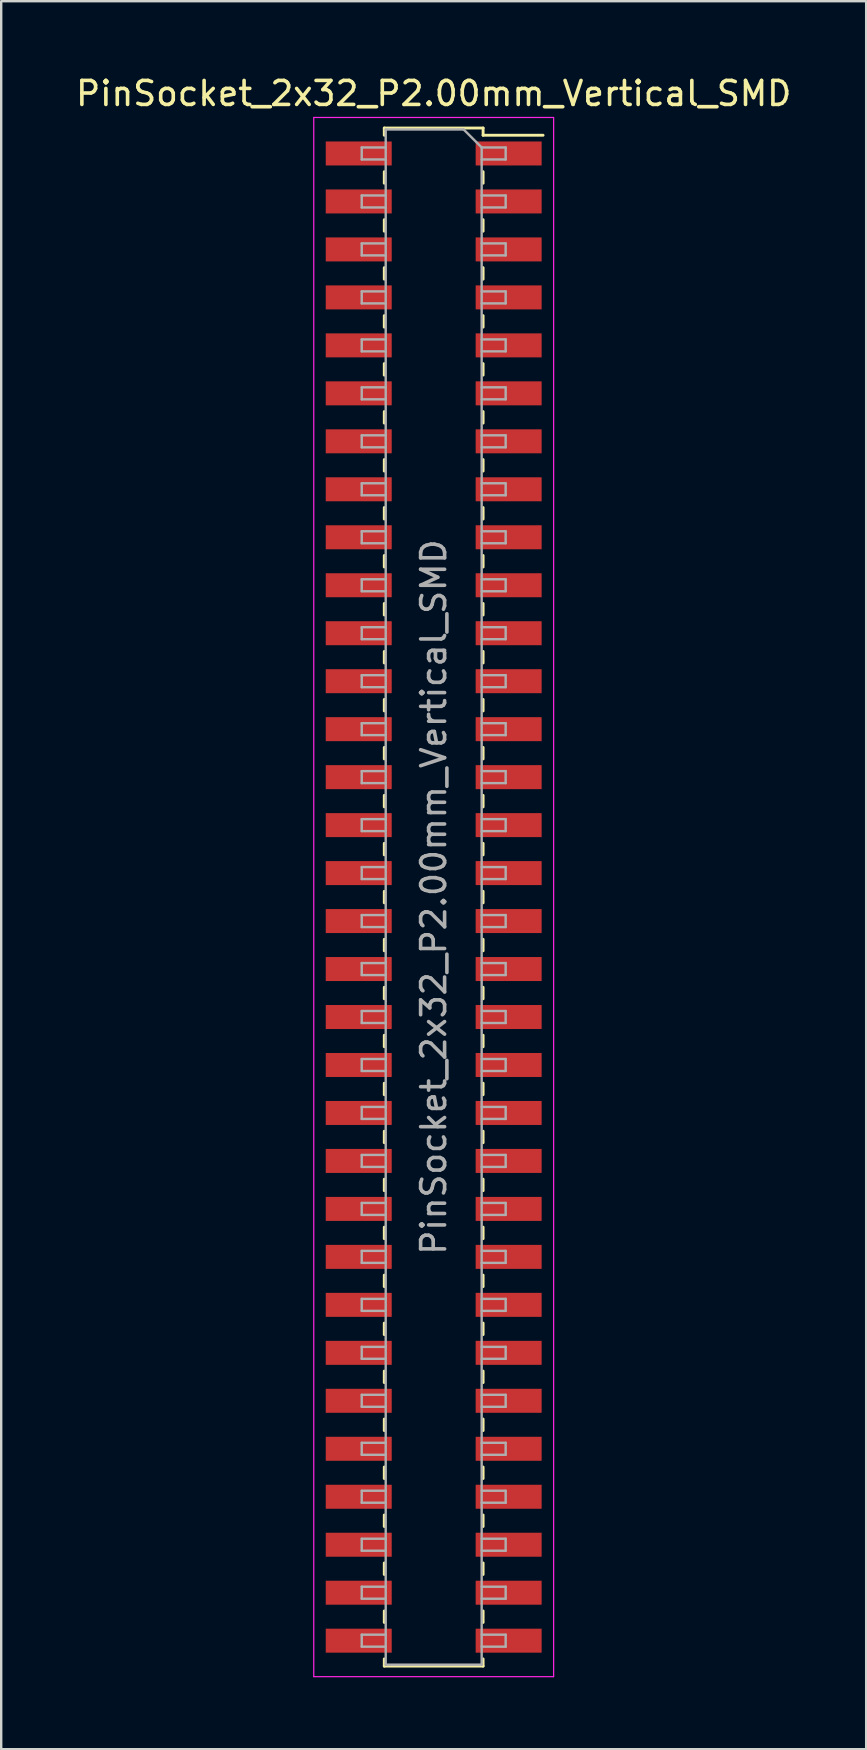
<source format=kicad_pcb>
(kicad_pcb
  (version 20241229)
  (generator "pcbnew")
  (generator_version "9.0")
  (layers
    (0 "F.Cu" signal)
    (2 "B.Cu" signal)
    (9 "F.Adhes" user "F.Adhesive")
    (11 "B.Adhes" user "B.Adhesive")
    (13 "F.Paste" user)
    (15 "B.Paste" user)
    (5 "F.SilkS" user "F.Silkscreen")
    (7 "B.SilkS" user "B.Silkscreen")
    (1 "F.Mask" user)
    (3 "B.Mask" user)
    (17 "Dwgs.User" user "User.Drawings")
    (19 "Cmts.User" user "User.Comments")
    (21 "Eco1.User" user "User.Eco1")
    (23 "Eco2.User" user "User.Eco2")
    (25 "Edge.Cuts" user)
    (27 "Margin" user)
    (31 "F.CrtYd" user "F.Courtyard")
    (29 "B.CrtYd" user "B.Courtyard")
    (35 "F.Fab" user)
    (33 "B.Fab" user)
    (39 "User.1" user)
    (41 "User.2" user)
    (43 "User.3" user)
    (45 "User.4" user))
  (footprint "PinSocket_2x32_P2.00mm_Vertical_SMD"
    (layer "F.Cu")
    (at 15.03 34.348)
    (property "Reference" "PinSocket_2x32_P2.00mm_Vertical_SMD" (at 0 -33.5 0) (layer "F.SilkS") (effects (font (size 1 1) (thickness 0.15))))
    (attr smd)
    (fp_line (start -2.06 -32.06) (end 2.06 -32.06) (stroke (width 0.12) (type solid)) (layer "F.SilkS"))
    (fp_line (start -2.06 -31.76) (end -2.06 -32.06) (stroke (width 0.12) (type solid)) (layer "F.SilkS"))
    (fp_line (start -2.06 -30.24) (end -2.06 -29.76) (stroke (width 0.12) (type solid)) (layer "F.SilkS"))
    (fp_line (start -2.06 -28.24) (end -2.06 -27.76) (stroke (width 0.12) (type solid)) (layer "F.SilkS"))
    (fp_line (start -2.06 -26.24) (end -2.06 -25.76) (stroke (width 0.12) (type solid)) (layer "F.SilkS"))
    (fp_line (start -2.06 -24.24) (end -2.06 -23.76) (stroke (width 0.12) (type solid)) (layer "F.SilkS"))
    (fp_line (start -2.06 -22.24) (end -2.06 -21.76) (stroke (width 0.12) (type solid)) (layer "F.SilkS"))
    (fp_line (start -2.06 -20.24) (end -2.06 -19.76) (stroke (width 0.12) (type solid)) (layer "F.SilkS"))
    (fp_line (start -2.06 -18.24) (end -2.06 -17.76) (stroke (width 0.12) (type solid)) (layer "F.SilkS"))
    (fp_line (start -2.06 -16.24) (end -2.06 -15.76) (stroke (width 0.12) (type solid)) (layer "F.SilkS"))
    (fp_line (start -2.06 -14.24) (end -2.06 -13.76) (stroke (width 0.12) (type solid)) (layer "F.SilkS"))
    (fp_line (start -2.06 -12.24) (end -2.06 -11.76) (stroke (width 0.12) (type solid)) (layer "F.SilkS"))
    (fp_line (start -2.06 -10.24) (end -2.06 -9.76) (stroke (width 0.12) (type solid)) (layer "F.SilkS"))
    (fp_line (start -2.06 -8.24) (end -2.06 -7.76) (stroke (width 0.12) (type solid)) (layer "F.SilkS"))
    (fp_line (start -2.06 -6.24) (end -2.06 -5.76) (stroke (width 0.12) (type solid)) (layer "F.SilkS"))
    (fp_line (start -2.06 -4.24) (end -2.06 -3.76) (stroke (width 0.12) (type solid)) (layer "F.SilkS"))
    (fp_line (start -2.06 -2.24) (end -2.06 -1.76) (stroke (width 0.12) (type solid)) (layer "F.SilkS"))
    (fp_line (start -2.06 -0.24) (end -2.06 0.24) (stroke (width 0.12) (type solid)) (layer "F.SilkS"))
    (fp_line (start -2.06 1.76) (end -2.06 2.24) (stroke (width 0.12) (type solid)) (layer "F.SilkS"))
    (fp_line (start -2.06 3.76) (end -2.06 4.24) (stroke (width 0.12) (type solid)) (layer "F.SilkS"))
    (fp_line (start -2.06 5.76) (end -2.06 6.24) (stroke (width 0.12) (type solid)) (layer "F.SilkS"))
    (fp_line (start -2.06 7.76) (end -2.06 8.24) (stroke (width 0.12) (type solid)) (layer "F.SilkS"))
    (fp_line (start -2.06 9.76) (end -2.06 10.24) (stroke (width 0.12) (type solid)) (layer "F.SilkS"))
    (fp_line (start -2.06 11.76) (end -2.06 12.24) (stroke (width 0.12) (type solid)) (layer "F.SilkS"))
    (fp_line (start -2.06 13.76) (end -2.06 14.24) (stroke (width 0.12) (type solid)) (layer "F.SilkS"))
    (fp_line (start -2.06 15.76) (end -2.06 16.24) (stroke (width 0.12) (type solid)) (layer "F.SilkS"))
    (fp_line (start -2.06 17.76) (end -2.06 18.24) (stroke (width 0.12) (type solid)) (layer "F.SilkS"))
    (fp_line (start -2.06 19.76) (end -2.06 20.24) (stroke (width 0.12) (type solid)) (layer "F.SilkS"))
    (fp_line (start -2.06 21.76) (end -2.06 22.24) (stroke (width 0.12) (type solid)) (layer "F.SilkS"))
    (fp_line (start -2.06 23.76) (end -2.06 24.24) (stroke (width 0.12) (type solid)) (layer "F.SilkS"))
    (fp_line (start -2.06 25.76) (end -2.06 26.24) (stroke (width 0.12) (type solid)) (layer "F.SilkS"))
    (fp_line (start -2.06 27.76) (end -2.06 28.24) (stroke (width 0.12) (type solid)) (layer "F.SilkS"))
    (fp_line (start -2.06 29.76) (end -2.06 30.24) (stroke (width 0.12) (type solid)) (layer "F.SilkS"))
    (fp_line (start -2.06 32.06) (end -2.06 31.76) (stroke (width 0.12) (type solid)) (layer "F.SilkS"))
    (fp_line (start 2.06 -32.06) (end 2.06 -31.76) (stroke (width 0.12) (type solid)) (layer "F.SilkS"))
    (fp_line (start 2.06 -31.76) (end 4.56 -31.76) (stroke (width 0.12) (type solid)) (layer "F.SilkS"))
    (fp_line (start 2.06 -29.76) (end 2.06 -30.24) (stroke (width 0.12) (type solid)) (layer "F.SilkS"))
    (fp_line (start 2.06 -27.76) (end 2.06 -28.24) (stroke (width 0.12) (type solid)) (layer "F.SilkS"))
    (fp_line (start 2.06 -25.76) (end 2.06 -26.24) (stroke (width 0.12) (type solid)) (layer "F.SilkS"))
    (fp_line (start 2.06 -23.76) (end 2.06 -24.24) (stroke (width 0.12) (type solid)) (layer "F.SilkS"))
    (fp_line (start 2.06 -21.76) (end 2.06 -22.24) (stroke (width 0.12) (type solid)) (layer "F.SilkS"))
    (fp_line (start 2.06 -19.76) (end 2.06 -20.24) (stroke (width 0.12) (type solid)) (layer "F.SilkS"))
    (fp_line (start 2.06 -17.76) (end 2.06 -18.24) (stroke (width 0.12) (type solid)) (layer "F.SilkS"))
    (fp_line (start 2.06 -15.76) (end 2.06 -16.24) (stroke (width 0.12) (type solid)) (layer "F.SilkS"))
    (fp_line (start 2.06 -13.76) (end 2.06 -14.24) (stroke (width 0.12) (type solid)) (layer "F.SilkS"))
    (fp_line (start 2.06 -11.76) (end 2.06 -12.24) (stroke (width 0.12) (type solid)) (layer "F.SilkS"))
    (fp_line (start 2.06 -9.76) (end 2.06 -10.24) (stroke (width 0.12) (type solid)) (layer "F.SilkS"))
    (fp_line (start 2.06 -7.76) (end 2.06 -8.24) (stroke (width 0.12) (type solid)) (layer "F.SilkS"))
    (fp_line (start 2.06 -5.76) (end 2.06 -6.24) (stroke (width 0.12) (type solid)) (layer "F.SilkS"))
    (fp_line (start 2.06 -3.76) (end 2.06 -4.24) (stroke (width 0.12) (type solid)) (layer "F.SilkS"))
    (fp_line (start 2.06 -1.76) (end 2.06 -2.24) (stroke (width 0.12) (type solid)) (layer "F.SilkS"))
    (fp_line (start 2.06 0.24) (end 2.06 -0.24) (stroke (width 0.12) (type solid)) (layer "F.SilkS"))
    (fp_line (start 2.06 2.24) (end 2.06 1.76) (stroke (width 0.12) (type solid)) (layer "F.SilkS"))
    (fp_line (start 2.06 4.24) (end 2.06 3.76) (stroke (width 0.12) (type solid)) (layer "F.SilkS"))
    (fp_line (start 2.06 6.24) (end 2.06 5.76) (stroke (width 0.12) (type solid)) (layer "F.SilkS"))
    (fp_line (start 2.06 8.24) (end 2.06 7.76) (stroke (width 0.12) (type solid)) (layer "F.SilkS"))
    (fp_line (start 2.06 10.24) (end 2.06 9.76) (stroke (width 0.12) (type solid)) (layer "F.SilkS"))
    (fp_line (start 2.06 12.24) (end 2.06 11.76) (stroke (width 0.12) (type solid)) (layer "F.SilkS"))
    (fp_line (start 2.06 14.24) (end 2.06 13.76) (stroke (width 0.12) (type solid)) (layer "F.SilkS"))
    (fp_line (start 2.06 16.24) (end 2.06 15.76) (stroke (width 0.12) (type solid)) (layer "F.SilkS"))
    (fp_line (start 2.06 18.24) (end 2.06 17.76) (stroke (width 0.12) (type solid)) (layer "F.SilkS"))
    (fp_line (start 2.06 20.24) (end 2.06 19.76) (stroke (width 0.12) (type solid)) (layer "F.SilkS"))
    (fp_line (start 2.06 22.24) (end 2.06 21.76) (stroke (width 0.12) (type solid)) (layer "F.SilkS"))
    (fp_line (start 2.06 24.24) (end 2.06 23.76) (stroke (width 0.12) (type solid)) (layer "F.SilkS"))
    (fp_line (start 2.06 26.24) (end 2.06 25.76) (stroke (width 0.12) (type solid)) (layer "F.SilkS"))
    (fp_line (start 2.06 28.24) (end 2.06 27.76) (stroke (width 0.12) (type solid)) (layer "F.SilkS"))
    (fp_line (start 2.06 30.24) (end 2.06 29.76) (stroke (width 0.12) (type solid)) (layer "F.SilkS"))
    (fp_line (start 2.06 31.76) (end 2.06 32.06) (stroke (width 0.12) (type solid)) (layer "F.SilkS"))
    (fp_line (start 2.06 32.06) (end -2.06 32.06) (stroke (width 0.12) (type solid)) (layer "F.SilkS"))
    (fp_line (start -5 -32.5) (end 5 -32.5) (stroke (width 0.05) (type solid)) (layer "F.CrtYd"))
    (fp_line (start -5 32.5) (end -5 -32.5) (stroke (width 0.05) (type solid)) (layer "F.CrtYd"))
    (fp_line (start 5 -32.5) (end 5 32.5) (stroke (width 0.05) (type solid)) (layer "F.CrtYd"))
    (fp_line (start 5 32.5) (end -5 32.5) (stroke (width 0.05) (type solid)) (layer "F.CrtYd"))
    (fp_line (start -3 -31.25) (end -2 -31.25) (stroke (width 0.1) (type solid)) (layer "F.Fab"))
    (fp_line (start -3 -30.75) (end -3 -31.25) (stroke (width 0.1) (type solid)) (layer "F.Fab"))
    (fp_line (start -3 -29.25) (end -2 -29.25) (stroke (width 0.1) (type solid)) (layer "F.Fab"))
    (fp_line (start -3 -28.75) (end -3 -29.25) (stroke (width 0.1) (type solid)) (layer "F.Fab"))
    (fp_line (start -3 -27.25) (end -2 -27.25) (stroke (width 0.1) (type solid)) (layer "F.Fab"))
    (fp_line (start -3 -26.75) (end -3 -27.25) (stroke (width 0.1) (type solid)) (layer "F.Fab"))
    (fp_line (start -3 -25.25) (end -2 -25.25) (stroke (width 0.1) (type solid)) (layer "F.Fab"))
    (fp_line (start -3 -24.75) (end -3 -25.25) (stroke (width 0.1) (type solid)) (layer "F.Fab"))
    (fp_line (start -3 -23.25) (end -2 -23.25) (stroke (width 0.1) (type solid)) (layer "F.Fab"))
    (fp_line (start -3 -22.75) (end -3 -23.25) (stroke (width 0.1) (type solid)) (layer "F.Fab"))
    (fp_line (start -3 -21.25) (end -2 -21.25) (stroke (width 0.1) (type solid)) (layer "F.Fab"))
    (fp_line (start -3 -20.75) (end -3 -21.25) (stroke (width 0.1) (type solid)) (layer "F.Fab"))
    (fp_line (start -3 -19.25) (end -2 -19.25) (stroke (width 0.1) (type solid)) (layer "F.Fab"))
    (fp_line (start -3 -18.75) (end -3 -19.25) (stroke (width 0.1) (type solid)) (layer "F.Fab"))
    (fp_line (start -3 -17.25) (end -2 -17.25) (stroke (width 0.1) (type solid)) (layer "F.Fab"))
    (fp_line (start -3 -16.75) (end -3 -17.25) (stroke (width 0.1) (type solid)) (layer "F.Fab"))
    (fp_line (start -3 -15.25) (end -2 -15.25) (stroke (width 0.1) (type solid)) (layer "F.Fab"))
    (fp_line (start -3 -14.75) (end -3 -15.25) (stroke (width 0.1) (type solid)) (layer "F.Fab"))
    (fp_line (start -3 -13.25) (end -2 -13.25) (stroke (width 0.1) (type solid)) (layer "F.Fab"))
    (fp_line (start -3 -12.75) (end -3 -13.25) (stroke (width 0.1) (type solid)) (layer "F.Fab"))
    (fp_line (start -3 -11.25) (end -2 -11.25) (stroke (width 0.1) (type solid)) (layer "F.Fab"))
    (fp_line (start -3 -10.75) (end -3 -11.25) (stroke (width 0.1) (type solid)) (layer "F.Fab"))
    (fp_line (start -3 -9.25) (end -2 -9.25) (stroke (width 0.1) (type solid)) (layer "F.Fab"))
    (fp_line (start -3 -8.75) (end -3 -9.25) (stroke (width 0.1) (type solid)) (layer "F.Fab"))
    (fp_line (start -3 -7.25) (end -2 -7.25) (stroke (width 0.1) (type solid)) (layer "F.Fab"))
    (fp_line (start -3 -6.75) (end -3 -7.25) (stroke (width 0.1) (type solid)) (layer "F.Fab"))
    (fp_line (start -3 -5.25) (end -2 -5.25) (stroke (width 0.1) (type solid)) (layer "F.Fab"))
    (fp_line (start -3 -4.75) (end -3 -5.25) (stroke (width 0.1) (type solid)) (layer "F.Fab"))
    (fp_line (start -3 -3.25) (end -2 -3.25) (stroke (width 0.1) (type solid)) (layer "F.Fab"))
    (fp_line (start -3 -2.75) (end -3 -3.25) (stroke (width 0.1) (type solid)) (layer "F.Fab"))
    (fp_line (start -3 -1.25) (end -2 -1.25) (stroke (width 0.1) (type solid)) (layer "F.Fab"))
    (fp_line (start -3 -0.75) (end -3 -1.25) (stroke (width 0.1) (type solid)) (layer "F.Fab"))
    (fp_line (start -3 0.75) (end -2 0.75) (stroke (width 0.1) (type solid)) (layer "F.Fab"))
    (fp_line (start -3 1.25) (end -3 0.75) (stroke (width 0.1) (type solid)) (layer "F.Fab"))
    (fp_line (start -3 2.75) (end -2 2.75) (stroke (width 0.1) (type solid)) (layer "F.Fab"))
    (fp_line (start -3 3.25) (end -3 2.75) (stroke (width 0.1) (type solid)) (layer "F.Fab"))
    (fp_line (start -3 4.75) (end -2 4.75) (stroke (width 0.1) (type solid)) (layer "F.Fab"))
    (fp_line (start -3 5.25) (end -3 4.75) (stroke (width 0.1) (type solid)) (layer "F.Fab"))
    (fp_line (start -3 6.75) (end -2 6.75) (stroke (width 0.1) (type solid)) (layer "F.Fab"))
    (fp_line (start -3 7.25) (end -3 6.75) (stroke (width 0.1) (type solid)) (layer "F.Fab"))
    (fp_line (start -3 8.75) (end -2 8.75) (stroke (width 0.1) (type solid)) (layer "F.Fab"))
    (fp_line (start -3 9.25) (end -3 8.75) (stroke (width 0.1) (type solid)) (layer "F.Fab"))
    (fp_line (start -3 10.75) (end -2 10.75) (stroke (width 0.1) (type solid)) (layer "F.Fab"))
    (fp_line (start -3 11.25) (end -3 10.75) (stroke (width 0.1) (type solid)) (layer "F.Fab"))
    (fp_line (start -3 12.75) (end -2 12.75) (stroke (width 0.1) (type solid)) (layer "F.Fab"))
    (fp_line (start -3 13.25) (end -3 12.75) (stroke (width 0.1) (type solid)) (layer "F.Fab"))
    (fp_line (start -3 14.75) (end -2 14.75) (stroke (width 0.1) (type solid)) (layer "F.Fab"))
    (fp_line (start -3 15.25) (end -3 14.75) (stroke (width 0.1) (type solid)) (layer "F.Fab"))
    (fp_line (start -3 16.75) (end -2 16.75) (stroke (width 0.1) (type solid)) (layer "F.Fab"))
    (fp_line (start -3 17.25) (end -3 16.75) (stroke (width 0.1) (type solid)) (layer "F.Fab"))
    (fp_line (start -3 18.75) (end -2 18.75) (stroke (width 0.1) (type solid)) (layer "F.Fab"))
    (fp_line (start -3 19.25) (end -3 18.75) (stroke (width 0.1) (type solid)) (layer "F.Fab"))
    (fp_line (start -3 20.75) (end -2 20.75) (stroke (width 0.1) (type solid)) (layer "F.Fab"))
    (fp_line (start -3 21.25) (end -3 20.75) (stroke (width 0.1) (type solid)) (layer "F.Fab"))
    (fp_line (start -3 22.75) (end -2 22.75) (stroke (width 0.1) (type solid)) (layer "F.Fab"))
    (fp_line (start -3 23.25) (end -3 22.75) (stroke (width 0.1) (type solid)) (layer "F.Fab"))
    (fp_line (start -3 24.75) (end -2 24.75) (stroke (width 0.1) (type solid)) (layer "F.Fab"))
    (fp_line (start -3 25.25) (end -3 24.75) (stroke (width 0.1) (type solid)) (layer "F.Fab"))
    (fp_line (start -3 26.75) (end -2 26.75) (stroke (width 0.1) (type solid)) (layer "F.Fab"))
    (fp_line (start -3 27.25) (end -3 26.75) (stroke (width 0.1) (type solid)) (layer "F.Fab"))
    (fp_line (start -3 28.75) (end -2 28.75) (stroke (width 0.1) (type solid)) (layer "F.Fab"))
    (fp_line (start -3 29.25) (end -3 28.75) (stroke (width 0.1) (type solid)) (layer "F.Fab"))
    (fp_line (start -3 30.75) (end -2 30.75) (stroke (width 0.1) (type solid)) (layer "F.Fab"))
    (fp_line (start -3 31.25) (end -3 30.75) (stroke (width 0.1) (type solid)) (layer "F.Fab"))
    (fp_line (start -2 -32) (end 1.25 -32) (stroke (width 0.1) (type solid)) (layer "F.Fab"))
    (fp_line (start -2 -30.75) (end -3 -30.75) (stroke (width 0.1) (type solid)) (layer "F.Fab"))
    (fp_line (start -2 -28.75) (end -3 -28.75) (stroke (width 0.1) (type solid)) (layer "F.Fab"))
    (fp_line (start -2 -26.75) (end -3 -26.75) (stroke (width 0.1) (type solid)) (layer "F.Fab"))
    (fp_line (start -2 -24.75) (end -3 -24.75) (stroke (width 0.1) (type solid)) (layer "F.Fab"))
    (fp_line (start -2 -22.75) (end -3 -22.75) (stroke (width 0.1) (type solid)) (layer "F.Fab"))
    (fp_line (start -2 -20.75) (end -3 -20.75) (stroke (width 0.1) (type solid)) (layer "F.Fab"))
    (fp_line (start -2 -18.75) (end -3 -18.75) (stroke (width 0.1) (type solid)) (layer "F.Fab"))
    (fp_line (start -2 -16.75) (end -3 -16.75) (stroke (width 0.1) (type solid)) (layer "F.Fab"))
    (fp_line (start -2 -14.75) (end -3 -14.75) (stroke (width 0.1) (type solid)) (layer "F.Fab"))
    (fp_line (start -2 -12.75) (end -3 -12.75) (stroke (width 0.1) (type solid)) (layer "F.Fab"))
    (fp_line (start -2 -10.75) (end -3 -10.75) (stroke (width 0.1) (type solid)) (layer "F.Fab"))
    (fp_line (start -2 -8.75) (end -3 -8.75) (stroke (width 0.1) (type solid)) (layer "F.Fab"))
    (fp_line (start -2 -6.75) (end -3 -6.75) (stroke (width 0.1) (type solid)) (layer "F.Fab"))
    (fp_line (start -2 -4.75) (end -3 -4.75) (stroke (width 0.1) (type solid)) (layer "F.Fab"))
    (fp_line (start -2 -2.75) (end -3 -2.75) (stroke (width 0.1) (type solid)) (layer "F.Fab"))
    (fp_line (start -2 -0.75) (end -3 -0.75) (stroke (width 0.1) (type solid)) (layer "F.Fab"))
    (fp_line (start -2 1.25) (end -3 1.25) (stroke (width 0.1) (type solid)) (layer "F.Fab"))
    (fp_line (start -2 3.25) (end -3 3.25) (stroke (width 0.1) (type solid)) (layer "F.Fab"))
    (fp_line (start -2 5.25) (end -3 5.25) (stroke (width 0.1) (type solid)) (layer "F.Fab"))
    (fp_line (start -2 7.25) (end -3 7.25) (stroke (width 0.1) (type solid)) (layer "F.Fab"))
    (fp_line (start -2 9.25) (end -3 9.25) (stroke (width 0.1) (type solid)) (layer "F.Fab"))
    (fp_line (start -2 11.25) (end -3 11.25) (stroke (width 0.1) (type solid)) (layer "F.Fab"))
    (fp_line (start -2 13.25) (end -3 13.25) (stroke (width 0.1) (type solid)) (layer "F.Fab"))
    (fp_line (start -2 15.25) (end -3 15.25) (stroke (width 0.1) (type solid)) (layer "F.Fab"))
    (fp_line (start -2 17.25) (end -3 17.25) (stroke (width 0.1) (type solid)) (layer "F.Fab"))
    (fp_line (start -2 19.25) (end -3 19.25) (stroke (width 0.1) (type solid)) (layer "F.Fab"))
    (fp_line (start -2 21.25) (end -3 21.25) (stroke (width 0.1) (type solid)) (layer "F.Fab"))
    (fp_line (start -2 23.25) (end -3 23.25) (stroke (width 0.1) (type solid)) (layer "F.Fab"))
    (fp_line (start -2 25.25) (end -3 25.25) (stroke (width 0.1) (type solid)) (layer "F.Fab"))
    (fp_line (start -2 27.25) (end -3 27.25) (stroke (width 0.1) (type solid)) (layer "F.Fab"))
    (fp_line (start -2 29.25) (end -3 29.25) (stroke (width 0.1) (type solid)) (layer "F.Fab"))
    (fp_line (start -2 31.25) (end -3 31.25) (stroke (width 0.1) (type solid)) (layer "F.Fab"))
    (fp_line (start -2 32) (end -2 -32) (stroke (width 0.1) (type solid)) (layer "F.Fab"))
    (fp_line (start 1.25 -32) (end 2 -31.25) (stroke (width 0.1) (type solid)) (layer "F.Fab"))
    (fp_line (start 2 -31.25) (end 2 32) (stroke (width 0.1) (type solid)) (layer "F.Fab"))
    (fp_line (start 2 -31.25) (end 3 -31.25) (stroke (width 0.1) (type solid)) (layer "F.Fab"))
    (fp_line (start 2 -29.25) (end 3 -29.25) (stroke (width 0.1) (type solid)) (layer "F.Fab"))
    (fp_line (start 2 -27.25) (end 3 -27.25) (stroke (width 0.1) (type solid)) (layer "F.Fab"))
    (fp_line (start 2 -25.25) (end 3 -25.25) (stroke (width 0.1) (type solid)) (layer "F.Fab"))
    (fp_line (start 2 -23.25) (end 3 -23.25) (stroke (width 0.1) (type solid)) (layer "F.Fab"))
    (fp_line (start 2 -21.25) (end 3 -21.25) (stroke (width 0.1) (type solid)) (layer "F.Fab"))
    (fp_line (start 2 -19.25) (end 3 -19.25) (stroke (width 0.1) (type solid)) (layer "F.Fab"))
    (fp_line (start 2 -17.25) (end 3 -17.25) (stroke (width 0.1) (type solid)) (layer "F.Fab"))
    (fp_line (start 2 -15.25) (end 3 -15.25) (stroke (width 0.1) (type solid)) (layer "F.Fab"))
    (fp_line (start 2 -13.25) (end 3 -13.25) (stroke (width 0.1) (type solid)) (layer "F.Fab"))
    (fp_line (start 2 -11.25) (end 3 -11.25) (stroke (width 0.1) (type solid)) (layer "F.Fab"))
    (fp_line (start 2 -9.25) (end 3 -9.25) (stroke (width 0.1) (type solid)) (layer "F.Fab"))
    (fp_line (start 2 -7.25) (end 3 -7.25) (stroke (width 0.1) (type solid)) (layer "F.Fab"))
    (fp_line (start 2 -5.25) (end 3 -5.25) (stroke (width 0.1) (type solid)) (layer "F.Fab"))
    (fp_line (start 2 -3.25) (end 3 -3.25) (stroke (width 0.1) (type solid)) (layer "F.Fab"))
    (fp_line (start 2 -1.25) (end 3 -1.25) (stroke (width 0.1) (type solid)) (layer "F.Fab"))
    (fp_line (start 2 0.75) (end 3 0.75) (stroke (width 0.1) (type solid)) (layer "F.Fab"))
    (fp_line (start 2 2.75) (end 3 2.75) (stroke (width 0.1) (type solid)) (layer "F.Fab"))
    (fp_line (start 2 4.75) (end 3 4.75) (stroke (width 0.1) (type solid)) (layer "F.Fab"))
    (fp_line (start 2 6.75) (end 3 6.75) (stroke (width 0.1) (type solid)) (layer "F.Fab"))
    (fp_line (start 2 8.75) (end 3 8.75) (stroke (width 0.1) (type solid)) (layer "F.Fab"))
    (fp_line (start 2 10.75) (end 3 10.75) (stroke (width 0.1) (type solid)) (layer "F.Fab"))
    (fp_line (start 2 12.75) (end 3 12.75) (stroke (width 0.1) (type solid)) (layer "F.Fab"))
    (fp_line (start 2 14.75) (end 3 14.75) (stroke (width 0.1) (type solid)) (layer "F.Fab"))
    (fp_line (start 2 16.75) (end 3 16.75) (stroke (width 0.1) (type solid)) (layer "F.Fab"))
    (fp_line (start 2 18.75) (end 3 18.75) (stroke (width 0.1) (type solid)) (layer "F.Fab"))
    (fp_line (start 2 20.75) (end 3 20.75) (stroke (width 0.1) (type solid)) (layer "F.Fab"))
    (fp_line (start 2 22.75) (end 3 22.75) (stroke (width 0.1) (type solid)) (layer "F.Fab"))
    (fp_line (start 2 24.75) (end 3 24.75) (stroke (width 0.1) (type solid)) (layer "F.Fab"))
    (fp_line (start 2 26.75) (end 3 26.75) (stroke (width 0.1) (type solid)) (layer "F.Fab"))
    (fp_line (start 2 28.75) (end 3 28.75) (stroke (width 0.1) (type solid)) (layer "F.Fab"))
    (fp_line (start 2 30.75) (end 3 30.75) (stroke (width 0.1) (type solid)) (layer "F.Fab"))
    (fp_line (start 2 32) (end -2 32) (stroke (width 0.1) (type solid)) (layer "F.Fab"))
    (fp_line (start 3 -31.25) (end 3 -30.75) (stroke (width 0.1) (type solid)) (layer "F.Fab"))
    (fp_line (start 3 -30.75) (end 2 -30.75) (stroke (width 0.1) (type solid)) (layer "F.Fab"))
    (fp_line (start 3 -29.25) (end 3 -28.75) (stroke (width 0.1) (type solid)) (layer "F.Fab"))
    (fp_line (start 3 -28.75) (end 2 -28.75) (stroke (width 0.1) (type solid)) (layer "F.Fab"))
    (fp_line (start 3 -27.25) (end 3 -26.75) (stroke (width 0.1) (type solid)) (layer "F.Fab"))
    (fp_line (start 3 -26.75) (end 2 -26.75) (stroke (width 0.1) (type solid)) (layer "F.Fab"))
    (fp_line (start 3 -25.25) (end 3 -24.75) (stroke (width 0.1) (type solid)) (layer "F.Fab"))
    (fp_line (start 3 -24.75) (end 2 -24.75) (stroke (width 0.1) (type solid)) (layer "F.Fab"))
    (fp_line (start 3 -23.25) (end 3 -22.75) (stroke (width 0.1) (type solid)) (layer "F.Fab"))
    (fp_line (start 3 -22.75) (end 2 -22.75) (stroke (width 0.1) (type solid)) (layer "F.Fab"))
    (fp_line (start 3 -21.25) (end 3 -20.75) (stroke (width 0.1) (type solid)) (layer "F.Fab"))
    (fp_line (start 3 -20.75) (end 2 -20.75) (stroke (width 0.1) (type solid)) (layer "F.Fab"))
    (fp_line (start 3 -19.25) (end 3 -18.75) (stroke (width 0.1) (type solid)) (layer "F.Fab"))
    (fp_line (start 3 -18.75) (end 2 -18.75) (stroke (width 0.1) (type solid)) (layer "F.Fab"))
    (fp_line (start 3 -17.25) (end 3 -16.75) (stroke (width 0.1) (type solid)) (layer "F.Fab"))
    (fp_line (start 3 -16.75) (end 2 -16.75) (stroke (width 0.1) (type solid)) (layer "F.Fab"))
    (fp_line (start 3 -15.25) (end 3 -14.75) (stroke (width 0.1) (type solid)) (layer "F.Fab"))
    (fp_line (start 3 -14.75) (end 2 -14.75) (stroke (width 0.1) (type solid)) (layer "F.Fab"))
    (fp_line (start 3 -13.25) (end 3 -12.75) (stroke (width 0.1) (type solid)) (layer "F.Fab"))
    (fp_line (start 3 -12.75) (end 2 -12.75) (stroke (width 0.1) (type solid)) (layer "F.Fab"))
    (fp_line (start 3 -11.25) (end 3 -10.75) (stroke (width 0.1) (type solid)) (layer "F.Fab"))
    (fp_line (start 3 -10.75) (end 2 -10.75) (stroke (width 0.1) (type solid)) (layer "F.Fab"))
    (fp_line (start 3 -9.25) (end 3 -8.75) (stroke (width 0.1) (type solid)) (layer "F.Fab"))
    (fp_line (start 3 -8.75) (end 2 -8.75) (stroke (width 0.1) (type solid)) (layer "F.Fab"))
    (fp_line (start 3 -7.25) (end 3 -6.75) (stroke (width 0.1) (type solid)) (layer "F.Fab"))
    (fp_line (start 3 -6.75) (end 2 -6.75) (stroke (width 0.1) (type solid)) (layer "F.Fab"))
    (fp_line (start 3 -5.25) (end 3 -4.75) (stroke (width 0.1) (type solid)) (layer "F.Fab"))
    (fp_line (start 3 -4.75) (end 2 -4.75) (stroke (width 0.1) (type solid)) (layer "F.Fab"))
    (fp_line (start 3 -3.25) (end 3 -2.75) (stroke (width 0.1) (type solid)) (layer "F.Fab"))
    (fp_line (start 3 -2.75) (end 2 -2.75) (stroke (width 0.1) (type solid)) (layer "F.Fab"))
    (fp_line (start 3 -1.25) (end 3 -0.75) (stroke (width 0.1) (type solid)) (layer "F.Fab"))
    (fp_line (start 3 -0.75) (end 2 -0.75) (stroke (width 0.1) (type solid)) (layer "F.Fab"))
    (fp_line (start 3 0.75) (end 3 1.25) (stroke (width 0.1) (type solid)) (layer "F.Fab"))
    (fp_line (start 3 1.25) (end 2 1.25) (stroke (width 0.1) (type solid)) (layer "F.Fab"))
    (fp_line (start 3 2.75) (end 3 3.25) (stroke (width 0.1) (type solid)) (layer "F.Fab"))
    (fp_line (start 3 3.25) (end 2 3.25) (stroke (width 0.1) (type solid)) (layer "F.Fab"))
    (fp_line (start 3 4.75) (end 3 5.25) (stroke (width 0.1) (type solid)) (layer "F.Fab"))
    (fp_line (start 3 5.25) (end 2 5.25) (stroke (width 0.1) (type solid)) (layer "F.Fab"))
    (fp_line (start 3 6.75) (end 3 7.25) (stroke (width 0.1) (type solid)) (layer "F.Fab"))
    (fp_line (start 3 7.25) (end 2 7.25) (stroke (width 0.1) (type solid)) (layer "F.Fab"))
    (fp_line (start 3 8.75) (end 3 9.25) (stroke (width 0.1) (type solid)) (layer "F.Fab"))
    (fp_line (start 3 9.25) (end 2 9.25) (stroke (width 0.1) (type solid)) (layer "F.Fab"))
    (fp_line (start 3 10.75) (end 3 11.25) (stroke (width 0.1) (type solid)) (layer "F.Fab"))
    (fp_line (start 3 11.25) (end 2 11.25) (stroke (width 0.1) (type solid)) (layer "F.Fab"))
    (fp_line (start 3 12.75) (end 3 13.25) (stroke (width 0.1) (type solid)) (layer "F.Fab"))
    (fp_line (start 3 13.25) (end 2 13.25) (stroke (width 0.1) (type solid)) (layer "F.Fab"))
    (fp_line (start 3 14.75) (end 3 15.25) (stroke (width 0.1) (type solid)) (layer "F.Fab"))
    (fp_line (start 3 15.25) (end 2 15.25) (stroke (width 0.1) (type solid)) (layer "F.Fab"))
    (fp_line (start 3 16.75) (end 3 17.25) (stroke (width 0.1) (type solid)) (layer "F.Fab"))
    (fp_line (start 3 17.25) (end 2 17.25) (stroke (width 0.1) (type solid)) (layer "F.Fab"))
    (fp_line (start 3 18.75) (end 3 19.25) (stroke (width 0.1) (type solid)) (layer "F.Fab"))
    (fp_line (start 3 19.25) (end 2 19.25) (stroke (width 0.1) (type solid)) (layer "F.Fab"))
    (fp_line (start 3 20.75) (end 3 21.25) (stroke (width 0.1) (type solid)) (layer "F.Fab"))
    (fp_line (start 3 21.25) (end 2 21.25) (stroke (width 0.1) (type solid)) (layer "F.Fab"))
    (fp_line (start 3 22.75) (end 3 23.25) (stroke (width 0.1) (type solid)) (layer "F.Fab"))
    (fp_line (start 3 23.25) (end 2 23.25) (stroke (width 0.1) (type solid)) (layer "F.Fab"))
    (fp_line (start 3 24.75) (end 3 25.25) (stroke (width 0.1) (type solid)) (layer "F.Fab"))
    (fp_line (start 3 25.25) (end 2 25.25) (stroke (width 0.1) (type solid)) (layer "F.Fab"))
    (fp_line (start 3 26.75) (end 3 27.25) (stroke (width 0.1) (type solid)) (layer "F.Fab"))
    (fp_line (start 3 27.25) (end 2 27.25) (stroke (width 0.1) (type solid)) (layer "F.Fab"))
    (fp_line (start 3 28.75) (end 3 29.25) (stroke (width 0.1) (type solid)) (layer "F.Fab"))
    (fp_line (start 3 29.25) (end 2 29.25) (stroke (width 0.1) (type solid)) (layer "F.Fab"))
    (fp_line (start 3 30.75) (end 3 31.25) (stroke (width 0.1) (type solid)) (layer "F.Fab"))
    (fp_line (start 3 31.25) (end 2 31.25) (stroke (width 0.1) (type solid)) (layer "F.Fab"))
    (fp_text user "${REFERENCE}" (at 0 0 90) (layer "F.Fab") (effects (font (size 1 1) (thickness 0.15))))
    (pad "1" smd rect (at 3.125 -31) (size 2.75 1) (layers "F.Cu" "F.Mask" "F.Paste"))
    (pad "2" smd rect (at -3.125 -31) (size 2.75 1) (layers "F.Cu" "F.Mask" "F.Paste"))
    (pad "3" smd rect (at 3.125 -29) (size 2.75 1) (layers "F.Cu" "F.Mask" "F.Paste"))
    (pad "4" smd rect (at -3.125 -29) (size 2.75 1) (layers "F.Cu" "F.Mask" "F.Paste"))
    (pad "5" smd rect (at 3.125 -27) (size 2.75 1) (layers "F.Cu" "F.Mask" "F.Paste"))
    (pad "6" smd rect (at -3.125 -27) (size 2.75 1) (layers "F.Cu" "F.Mask" "F.Paste"))
    (pad "7" smd rect (at 3.125 -25) (size 2.75 1) (layers "F.Cu" "F.Mask" "F.Paste"))
    (pad "8" smd rect (at -3.125 -25) (size 2.75 1) (layers "F.Cu" "F.Mask" "F.Paste"))
    (pad "9" smd rect (at 3.125 -23) (size 2.75 1) (layers "F.Cu" "F.Mask" "F.Paste"))
    (pad "10" smd rect (at -3.125 -23) (size 2.75 1) (layers "F.Cu" "F.Mask" "F.Paste"))
    (pad "11" smd rect (at 3.125 -21) (size 2.75 1) (layers "F.Cu" "F.Mask" "F.Paste"))
    (pad "12" smd rect (at -3.125 -21) (size 2.75 1) (layers "F.Cu" "F.Mask" "F.Paste"))
    (pad "13" smd rect (at 3.125 -19) (size 2.75 1) (layers "F.Cu" "F.Mask" "F.Paste"))
    (pad "14" smd rect (at -3.125 -19) (size 2.75 1) (layers "F.Cu" "F.Mask" "F.Paste"))
    (pad "15" smd rect (at 3.125 -17) (size 2.75 1) (layers "F.Cu" "F.Mask" "F.Paste"))
    (pad "16" smd rect (at -3.125 -17) (size 2.75 1) (layers "F.Cu" "F.Mask" "F.Paste"))
    (pad "17" smd rect (at 3.125 -15) (size 2.75 1) (layers "F.Cu" "F.Mask" "F.Paste"))
    (pad "18" smd rect (at -3.125 -15) (size 2.75 1) (layers "F.Cu" "F.Mask" "F.Paste"))
    (pad "19" smd rect (at 3.125 -13) (size 2.75 1) (layers "F.Cu" "F.Mask" "F.Paste"))
    (pad "20" smd rect (at -3.125 -13) (size 2.75 1) (layers "F.Cu" "F.Mask" "F.Paste"))
    (pad "21" smd rect (at 3.125 -11) (size 2.75 1) (layers "F.Cu" "F.Mask" "F.Paste"))
    (pad "22" smd rect (at -3.125 -11) (size 2.75 1) (layers "F.Cu" "F.Mask" "F.Paste"))
    (pad "23" smd rect (at 3.125 -9) (size 2.75 1) (layers "F.Cu" "F.Mask" "F.Paste"))
    (pad "24" smd rect (at -3.125 -9) (size 2.75 1) (layers "F.Cu" "F.Mask" "F.Paste"))
    (pad "25" smd rect (at 3.125 -7) (size 2.75 1) (layers "F.Cu" "F.Mask" "F.Paste"))
    (pad "26" smd rect (at -3.125 -7) (size 2.75 1) (layers "F.Cu" "F.Mask" "F.Paste"))
    (pad "27" smd rect (at 3.125 -5) (size 2.75 1) (layers "F.Cu" "F.Mask" "F.Paste"))
    (pad "28" smd rect (at -3.125 -5) (size 2.75 1) (layers "F.Cu" "F.Mask" "F.Paste"))
    (pad "29" smd rect (at 3.125 -3) (size 2.75 1) (layers "F.Cu" "F.Mask" "F.Paste"))
    (pad "30" smd rect (at -3.125 -3) (size 2.75 1) (layers "F.Cu" "F.Mask" "F.Paste"))
    (pad "31" smd rect (at 3.125 -1) (size 2.75 1) (layers "F.Cu" "F.Mask" "F.Paste"))
    (pad "32" smd rect (at -3.125 -1) (size 2.75 1) (layers "F.Cu" "F.Mask" "F.Paste"))
    (pad "33" smd rect (at 3.125 1) (size 2.75 1) (layers "F.Cu" "F.Mask" "F.Paste"))
    (pad "34" smd rect (at -3.125 1) (size 2.75 1) (layers "F.Cu" "F.Mask" "F.Paste"))
    (pad "35" smd rect (at 3.125 3) (size 2.75 1) (layers "F.Cu" "F.Mask" "F.Paste"))
    (pad "36" smd rect (at -3.125 3) (size 2.75 1) (layers "F.Cu" "F.Mask" "F.Paste"))
    (pad "37" smd rect (at 3.125 5) (size 2.75 1) (layers "F.Cu" "F.Mask" "F.Paste"))
    (pad "38" smd rect (at -3.125 5) (size 2.75 1) (layers "F.Cu" "F.Mask" "F.Paste"))
    (pad "39" smd rect (at 3.125 7) (size 2.75 1) (layers "F.Cu" "F.Mask" "F.Paste"))
    (pad "40" smd rect (at -3.125 7) (size 2.75 1) (layers "F.Cu" "F.Mask" "F.Paste"))
    (pad "41" smd rect (at 3.125 9) (size 2.75 1) (layers "F.Cu" "F.Mask" "F.Paste"))
    (pad "42" smd rect (at -3.125 9) (size 2.75 1) (layers "F.Cu" "F.Mask" "F.Paste"))
    (pad "43" smd rect (at 3.125 11) (size 2.75 1) (layers "F.Cu" "F.Mask" "F.Paste"))
    (pad "44" smd rect (at -3.125 11) (size 2.75 1) (layers "F.Cu" "F.Mask" "F.Paste"))
    (pad "45" smd rect (at 3.125 13) (size 2.75 1) (layers "F.Cu" "F.Mask" "F.Paste"))
    (pad "46" smd rect (at -3.125 13) (size 2.75 1) (layers "F.Cu" "F.Mask" "F.Paste"))
    (pad "47" smd rect (at 3.125 15) (size 2.75 1) (layers "F.Cu" "F.Mask" "F.Paste"))
    (pad "48" smd rect (at -3.125 15) (size 2.75 1) (layers "F.Cu" "F.Mask" "F.Paste"))
    (pad "49" smd rect (at 3.125 17) (size 2.75 1) (layers "F.Cu" "F.Mask" "F.Paste"))
    (pad "50" smd rect (at -3.125 17) (size 2.75 1) (layers "F.Cu" "F.Mask" "F.Paste"))
    (pad "51" smd rect (at 3.125 19) (size 2.75 1) (layers "F.Cu" "F.Mask" "F.Paste"))
    (pad "52" smd rect (at -3.125 19) (size 2.75 1) (layers "F.Cu" "F.Mask" "F.Paste"))
    (pad "53" smd rect (at 3.125 21) (size 2.75 1) (layers "F.Cu" "F.Mask" "F.Paste"))
    (pad "54" smd rect (at -3.125 21) (size 2.75 1) (layers "F.Cu" "F.Mask" "F.Paste"))
    (pad "55" smd rect (at 3.125 23) (size 2.75 1) (layers "F.Cu" "F.Mask" "F.Paste"))
    (pad "56" smd rect (at -3.125 23) (size 2.75 1) (layers "F.Cu" "F.Mask" "F.Paste"))
    (pad "57" smd rect (at 3.125 25) (size 2.75 1) (layers "F.Cu" "F.Mask" "F.Paste"))
    (pad "58" smd rect (at -3.125 25) (size 2.75 1) (layers "F.Cu" "F.Mask" "F.Paste"))
    (pad "59" smd rect (at 3.125 27) (size 2.75 1) (layers "F.Cu" "F.Mask" "F.Paste"))
    (pad "60" smd rect (at -3.125 27) (size 2.75 1) (layers "F.Cu" "F.Mask" "F.Paste"))
    (pad "61" smd rect (at 3.125 29) (size 2.75 1) (layers "F.Cu" "F.Mask" "F.Paste"))
    (pad "62" smd rect (at -3.125 29) (size 2.75 1) (layers "F.Cu" "F.Mask" "F.Paste"))
    (pad "63" smd rect (at 3.125 31) (size 2.75 1) (layers "F.Cu" "F.Mask" "F.Paste"))
    (pad "64" smd rect (at -3.125 31) (size 2.75 1) (layers "F.Cu" "F.Mask" "F.Paste")))
  (gr_rect
    (start -3 -3)
    (end 33.06 69.873)
    (stroke (width 0.1) (type default))
    (fill no)
    (layer "Edge.Cuts")))
</source>
